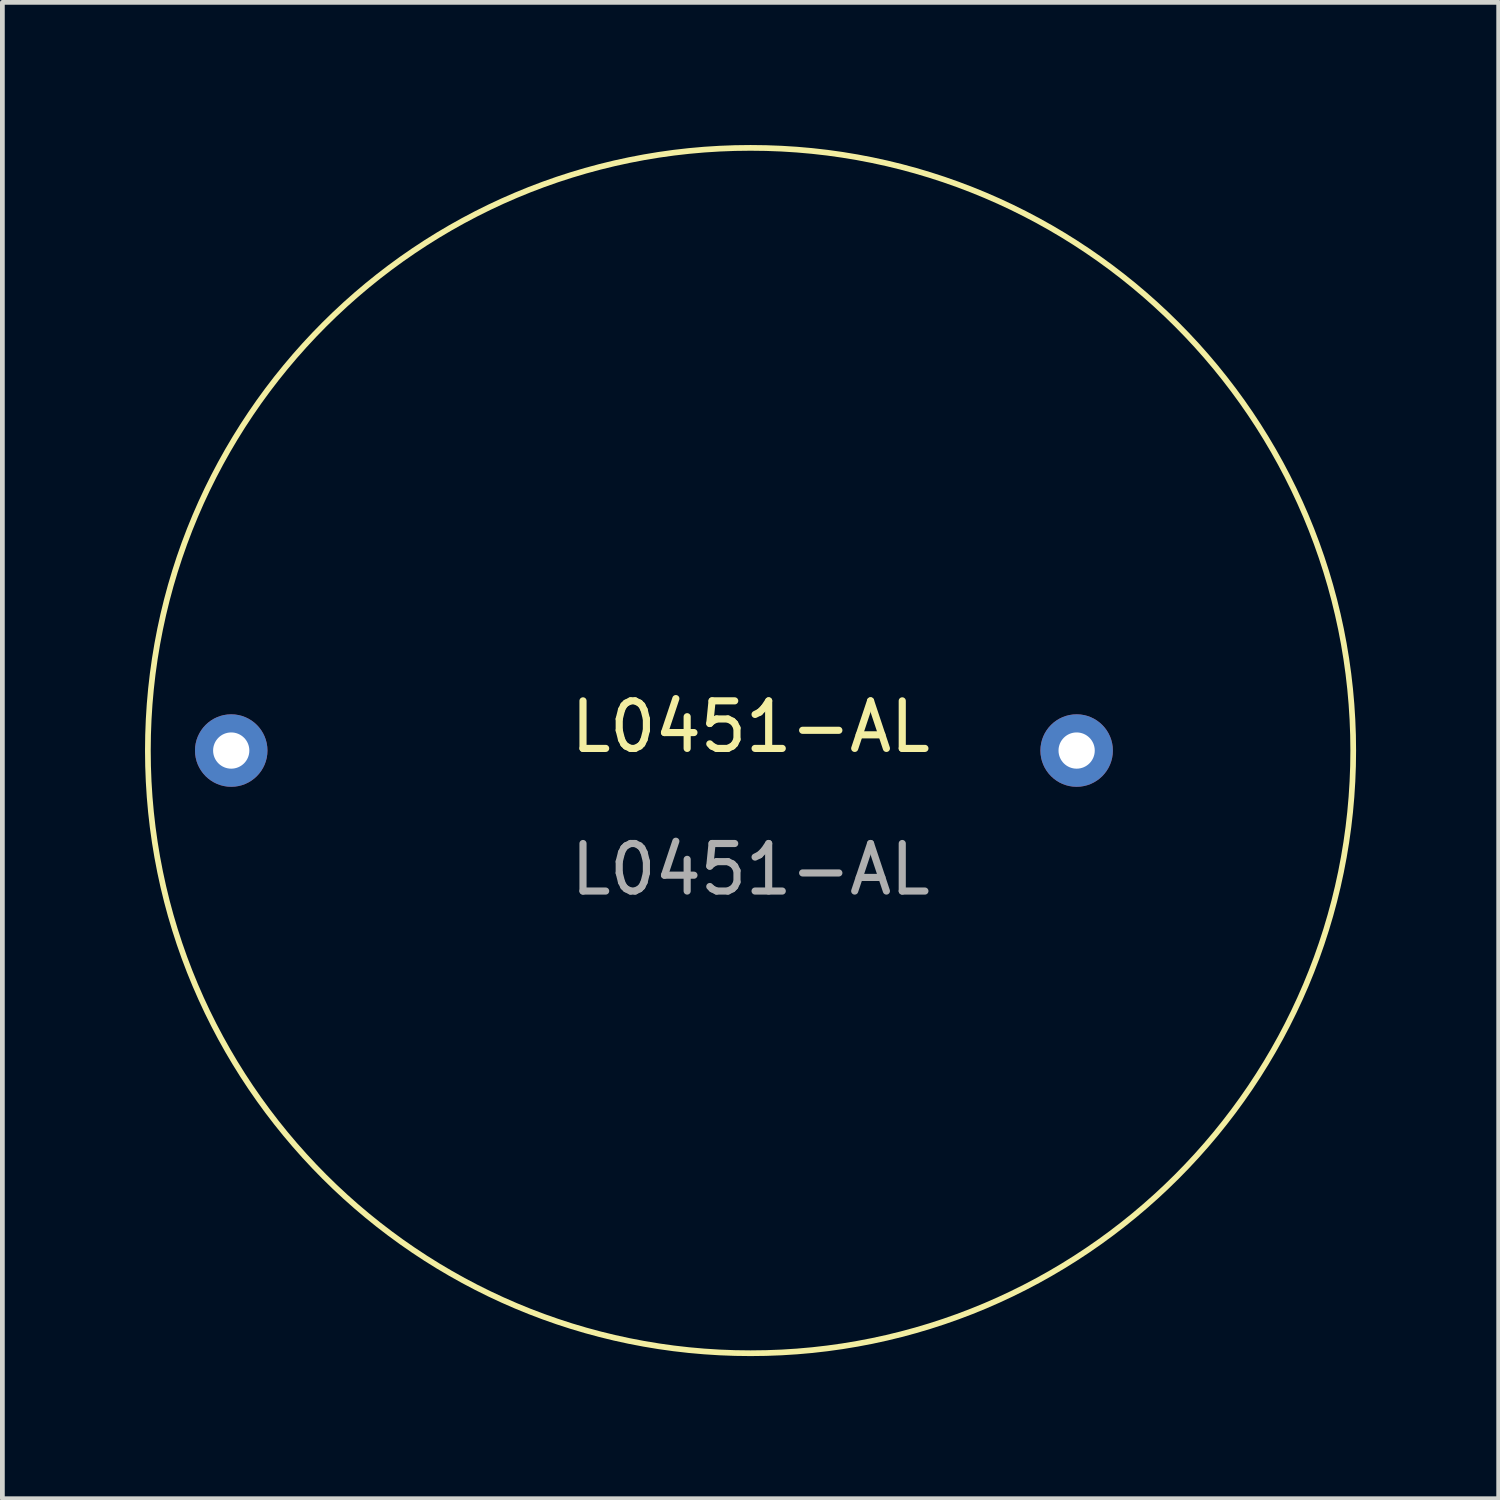
<source format=kicad_pcb>
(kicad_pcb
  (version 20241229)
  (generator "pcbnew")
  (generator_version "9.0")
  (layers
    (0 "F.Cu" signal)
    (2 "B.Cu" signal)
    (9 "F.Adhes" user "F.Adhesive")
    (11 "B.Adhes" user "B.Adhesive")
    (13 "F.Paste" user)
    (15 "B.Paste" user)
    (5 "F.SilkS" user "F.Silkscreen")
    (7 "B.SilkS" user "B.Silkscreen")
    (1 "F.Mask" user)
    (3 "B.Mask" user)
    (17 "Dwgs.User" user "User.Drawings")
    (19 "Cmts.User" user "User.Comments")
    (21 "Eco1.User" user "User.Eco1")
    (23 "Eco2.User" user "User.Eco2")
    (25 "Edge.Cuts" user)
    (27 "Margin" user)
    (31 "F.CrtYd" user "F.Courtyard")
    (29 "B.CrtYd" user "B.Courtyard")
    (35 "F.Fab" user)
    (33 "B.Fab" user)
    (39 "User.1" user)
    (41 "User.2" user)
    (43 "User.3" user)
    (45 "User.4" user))
  (footprint "L0451-AL"
    (layer "F.Cu")
    (at 1.813 12.735)
    (property "Reference" "L0451-AL" (at 10.922 -0.5 0) (unlocked yes) (layer "F.SilkS") (effects (font (size 1 1) (thickness 0.15))))
    (attr through_hole)
    (fp_circle (center 10.922 0) (end 23.597 0) (stroke (width 0.12) (type solid)) (fill no) (layer "F.SilkS"))
    (fp_text user "${REFERENCE}" (at 10.922 2.5 0) (unlocked yes) (layer "F.Fab") (effects (font (size 1 1) (thickness 0.15))))
    (pad "1" thru_hole circle (at 0 0) (size 1.524 1.524) (drill 0.762) (layers "*.Cu" "*.Mask"))
    (pad "2" thru_hole circle (at 17.78 0) (size 1.524 1.524) (drill 0.762) (layers "*.Cu" "*.Mask")))
  (gr_rect
    (start -3 -3)
    (end 28.469 28.469)
    (stroke (width 0.1) (type default))
    (fill no)
    (layer "Edge.Cuts")))
</source>
